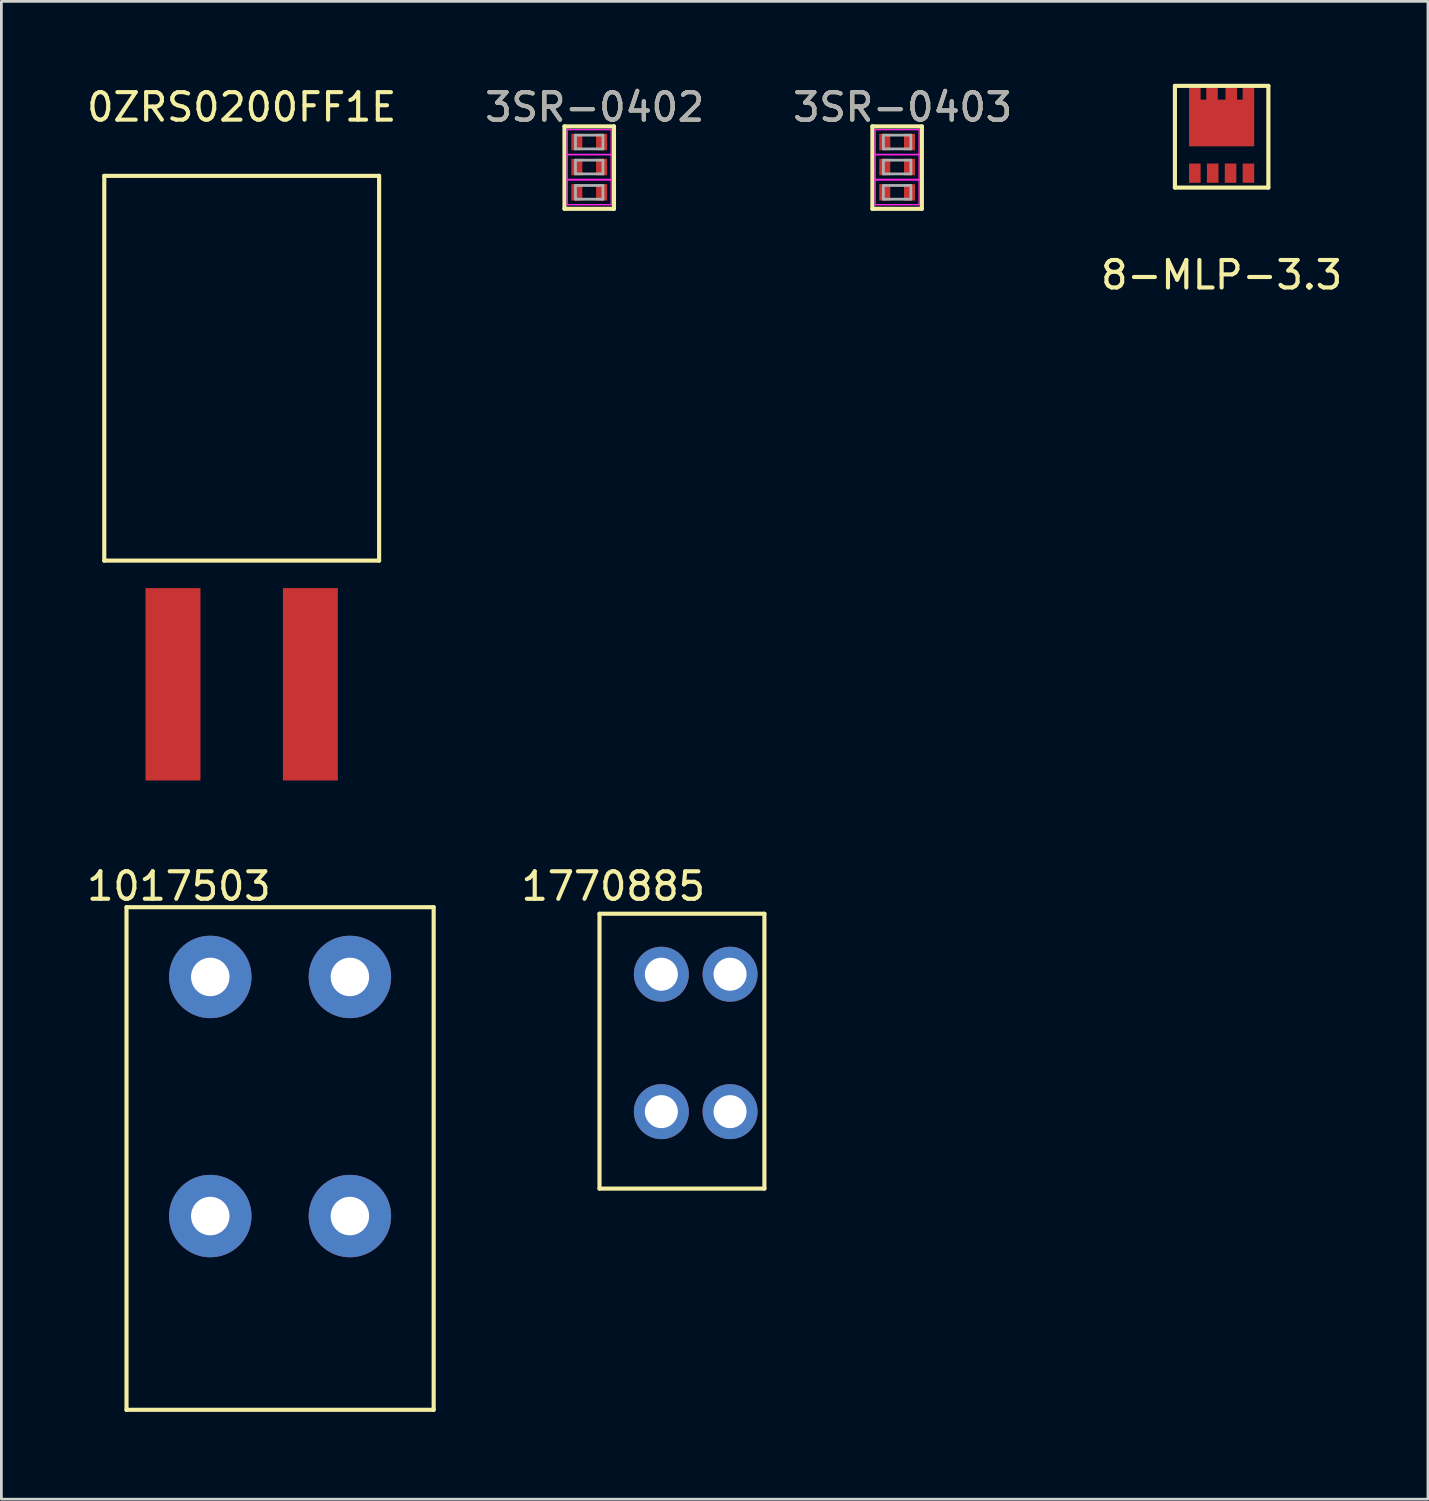
<source format=kicad_pcb>
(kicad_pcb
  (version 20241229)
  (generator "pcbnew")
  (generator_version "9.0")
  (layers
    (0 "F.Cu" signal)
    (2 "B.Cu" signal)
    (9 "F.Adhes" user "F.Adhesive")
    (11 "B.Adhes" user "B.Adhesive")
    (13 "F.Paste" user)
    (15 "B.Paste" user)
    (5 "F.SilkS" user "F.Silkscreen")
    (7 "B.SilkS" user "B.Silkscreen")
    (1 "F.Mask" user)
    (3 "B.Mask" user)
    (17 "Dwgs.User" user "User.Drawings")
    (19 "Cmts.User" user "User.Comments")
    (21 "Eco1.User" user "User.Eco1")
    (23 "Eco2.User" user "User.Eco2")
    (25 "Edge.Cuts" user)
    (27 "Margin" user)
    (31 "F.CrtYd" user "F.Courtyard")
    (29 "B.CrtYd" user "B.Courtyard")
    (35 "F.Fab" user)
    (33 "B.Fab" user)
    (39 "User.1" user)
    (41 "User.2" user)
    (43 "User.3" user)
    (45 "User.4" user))
  (footprint "3SR-0402"
    (layer "F.Cu")
    (at 18.389 3.948)
    (property "Reference" "3SR-0402" (at 0.2 -3.1 0) (layer "F.SilkS") (effects (font (size 1 1) (thickness 0.15))))
    (attr smd)
    (fp_line (start -0.9 -2.4) (end 0.9 -2.4) (stroke (width 0.15) (type solid)) (layer "F.SilkS"))
    (fp_line (start -0.9 0.6) (end -0.9 -2.4) (stroke (width 0.15) (type solid)) (layer "F.SilkS"))
    (fp_line (start 0.9 -2.4) (end 0.9 0.6) (stroke (width 0.15) (type solid)) (layer "F.SilkS"))
    (fp_line (start 0.9 0.6) (end -0.9 0.6) (stroke (width 0.15) (type solid)) (layer "F.SilkS"))
    (fp_line (start -0.8 -2.28) (end -0.8 -1.38) (stroke (width 0.05) (type solid)) (layer "F.CrtYd"))
    (fp_line (start -0.8 -2.28) (end 0.8 -2.28) (stroke (width 0.05) (type solid)) (layer "F.CrtYd"))
    (fp_line (start -0.8 -1.37) (end -0.8 -0.47) (stroke (width 0.05) (type solid)) (layer "F.CrtYd"))
    (fp_line (start -0.8 -1.37) (end 0.8 -1.37) (stroke (width 0.05) (type solid)) (layer "F.CrtYd"))
    (fp_line (start -0.8 -0.45) (end -0.8 0.45) (stroke (width 0.05) (type solid)) (layer "F.CrtYd"))
    (fp_line (start -0.8 -0.45) (end 0.8 -0.45) (stroke (width 0.05) (type solid)) (layer "F.CrtYd"))
    (fp_line (start 0.8 -1.38) (end -0.8 -1.38) (stroke (width 0.05) (type solid)) (layer "F.CrtYd"))
    (fp_line (start 0.8 -1.38) (end 0.8 -2.28) (stroke (width 0.05) (type solid)) (layer "F.CrtYd"))
    (fp_line (start 0.8 -0.47) (end -0.8 -0.47) (stroke (width 0.05) (type solid)) (layer "F.CrtYd"))
    (fp_line (start 0.8 -0.47) (end 0.8 -1.37) (stroke (width 0.05) (type solid)) (layer "F.CrtYd"))
    (fp_line (start 0.8 0.45) (end -0.8 0.45) (stroke (width 0.05) (type solid)) (layer "F.CrtYd"))
    (fp_line (start 0.8 0.45) (end 0.8 -0.45) (stroke (width 0.05) (type solid)) (layer "F.CrtYd"))
    (fp_line (start -0.5 -2.08) (end 0.5 -2.08) (stroke (width 0.1) (type solid)) (layer "F.Fab"))
    (fp_line (start -0.5 -1.58) (end -0.5 -2.08) (stroke (width 0.1) (type solid)) (layer "F.Fab"))
    (fp_line (start -0.5 -1.17) (end 0.5 -1.17) (stroke (width 0.1) (type solid)) (layer "F.Fab"))
    (fp_line (start -0.5 -0.67) (end -0.5 -1.17) (stroke (width 0.1) (type solid)) (layer "F.Fab"))
    (fp_line (start -0.5 -0.25) (end 0.5 -0.25) (stroke (width 0.1) (type solid)) (layer "F.Fab"))
    (fp_line (start -0.5 0.25) (end -0.5 -0.25) (stroke (width 0.1) (type solid)) (layer "F.Fab"))
    (fp_line (start 0.5 -2.08) (end 0.5 -1.58) (stroke (width 0.1) (type solid)) (layer "F.Fab"))
    (fp_line (start 0.5 -1.58) (end -0.5 -1.58) (stroke (width 0.1) (type solid)) (layer "F.Fab"))
    (fp_line (start 0.5 -1.17) (end 0.5 -0.67) (stroke (width 0.1) (type solid)) (layer "F.Fab"))
    (fp_line (start 0.5 -0.67) (end -0.5 -0.67) (stroke (width 0.1) (type solid)) (layer "F.Fab"))
    (fp_line (start 0.5 -0.25) (end 0.5 0.25) (stroke (width 0.1) (type solid)) (layer "F.Fab"))
    (fp_line (start 0.5 0.25) (end -0.5 0.25) (stroke (width 0.1) (type solid)) (layer "F.Fab"))
    (fp_text user "${REFERENCE}" (at 0.2 -3.1 0) (layer "F.Fab") (effects (font (size 1 1) (thickness 0.15))))
    (pad "1" smd rect (at -0.45 -1.83) (size 0.4 0.6) (layers "F.Cu" "F.Mask" "F.Paste"))
    (pad "2" smd rect (at -0.45 -0.92) (size 0.4 0.6) (layers "F.Cu" "F.Mask" "F.Paste"))
    (pad "3" smd rect (at -0.45 0) (size 0.4 0.6) (layers "F.Cu" "F.Mask" "F.Paste"))
    (pad "4" smd rect (at 0.45 0) (size 0.4 0.6) (layers "F.Cu" "F.Mask" "F.Paste"))
    (pad "5" smd rect (at 0.45 -0.92) (size 0.4 0.6) (layers "F.Cu" "F.Mask" "F.Paste"))
    (pad "6" smd rect (at 0.45 -1.83) (size 0.4 0.6) (layers "F.Cu" "F.Mask" "F.Paste")))
  (footprint "0ZRS0200FF1E"
    (layer "F.Cu")
    (at 5.744 10.348)
    (property "Reference" "0ZRS0200FF1E" (at 0 -9.5 0) (layer "F.SilkS") (effects (font (size 1 1) (thickness 0.15))))
    (attr through_hole)
    (fp_line (start -5 -7) (end 5 -7) (stroke (width 0.15) (type solid)) (layer "F.SilkS"))
    (fp_line (start -5 7) (end -5 -7) (stroke (width 0.15) (type solid)) (layer "F.SilkS"))
    (fp_line (start 5 -7) (end 5 7) (stroke (width 0.15) (type solid)) (layer "F.SilkS"))
    (fp_line (start 5 7) (end -5 7) (stroke (width 0.15) (type solid)) (layer "F.SilkS"))
    (pad "1" smd rect (at 2.5 11.5) (size 2 7) (layers "F.Cu" "F.Mask" "F.Paste"))
    (pad "2" smd rect (at -2.5 11.5) (size 2 7) (layers "F.Cu" "F.Mask" "F.Paste")))
  (footprint "1770885"
    (layer "F.Cu")
    (at 22.263 40.197)
    (property "Reference" "1770885" (at -3 -11 0) (layer "F.SilkS") (effects (font (size 1 1) (thickness 0.15))))
    (attr through_hole)
    (fp_line (start -3.5 -10) (end 2.5 -10) (stroke (width 0.15) (type solid)) (layer "F.SilkS"))
    (fp_line (start -3.5 0) (end -3.5 -10) (stroke (width 0.15) (type solid)) (layer "F.SilkS"))
    (fp_line (start 2.5 -10) (end 2.5 0) (stroke (width 0.15) (type solid)) (layer "F.SilkS"))
    (fp_line (start 2.5 0) (end -3.5 0) (stroke (width 0.15) (type solid)) (layer "F.SilkS"))
    (pad "1" thru_hole circle (at -1.25 -7.8) (size 2 2) (drill 1.2) (layers "*.Cu" "*.Mask"))
    (pad "1" thru_hole circle (at -1.25 -2.8) (size 2 2) (drill 1.2) (layers "*.Cu" "*.Mask"))
    (pad "2" thru_hole circle (at 1.25 -7.8) (size 2 2) (drill 1.2) (layers "*.Cu" "*.Mask"))
    (pad "2" thru_hole circle (at 1.25 -2.8) (size 2 2) (drill 1.2) (layers "*.Cu" "*.Mask")))
  (footprint "8-MLP-3.3"
    (layer "F.Cu")
    (at 41.399 1.875)
    (property "Reference" "8-MLP-3.3" (at 0 5.08 0) (layer "F.SilkS") (effects (font (size 1 1) (thickness 0.15))))
    (attr through_hole)
    (fp_line (start -1.7 -1.8) (end 1.7 -1.8) (stroke (width 0.15) (type solid)) (layer "F.SilkS"))
    (fp_line (start -1.7 1.9) (end -1.7 -1.8) (stroke (width 0.15) (type solid)) (layer "F.SilkS"))
    (fp_line (start 1.7 -1.8) (end 1.7 1.9) (stroke (width 0.15) (type solid)) (layer "F.SilkS"))
    (fp_line (start 1.7 1.9) (end -1.7 1.9) (stroke (width 0.15) (type solid)) (layer "F.SilkS"))
    (pad "1" smd rect (at -0.975 1.375) (size 0.42 0.7) (layers "F.Cu" "F.Mask" "F.Paste"))
    (pad "2" smd rect (at -0.325 1.375) (size 0.42 0.7) (layers "F.Cu" "F.Mask" "F.Paste"))
    (pad "3" smd rect (at 0.325 1.375) (size 0.42 0.7) (layers "F.Cu" "F.Mask" "F.Paste"))
    (pad "4" smd rect (at 0.975 1.375) (size 0.42 0.7) (layers "F.Cu" "F.Mask" "F.Paste"))
    (pad "5" smd rect (at -0.975 -1.5) (size 0.42 0.45) (layers "F.Cu" "F.Mask" "F.Paste"))
    (pad "5" smd rect (at -0.35 -1.5) (size 0.42 0.45) (layers "F.Cu" "F.Mask" "F.Paste"))
    (pad "5" smd rect (at 0 -0.45) (size 2.37 1.7) (layers "F.Cu" "F.Mask" "F.Paste"))
    (pad "5" smd rect (at 0.35 -1.5) (size 0.42 0.45) (layers "F.Cu" "F.Mask" "F.Paste"))
    (pad "5" smd rect (at 0.975 -1.5) (size 0.42 0.45) (layers "F.Cu" "F.Mask" "F.Paste")))
  (footprint "3SR-0403"
    (layer "F.Cu")
    (at 29.592 3.948)
    (property "Reference" "3SR-0403" (at 0.2 -3.1 0) (layer "F.SilkS") (effects (font (size 1 1) (thickness 0.15))))
    (attr smd)
    (fp_line (start -0.9 -2.4) (end 0.9 -2.4) (stroke (width 0.15) (type solid)) (layer "F.SilkS"))
    (fp_line (start -0.9 0.6) (end -0.9 -2.4) (stroke (width 0.15) (type solid)) (layer "F.SilkS"))
    (fp_line (start 0.9 -2.4) (end 0.9 0.6) (stroke (width 0.15) (type solid)) (layer "F.SilkS"))
    (fp_line (start 0.9 0.6) (end -0.9 0.6) (stroke (width 0.15) (type solid)) (layer "F.SilkS"))
    (fp_line (start -0.8 -2.28) (end -0.8 -1.38) (stroke (width 0.05) (type solid)) (layer "F.CrtYd"))
    (fp_line (start -0.8 -2.28) (end 0.8 -2.28) (stroke (width 0.05) (type solid)) (layer "F.CrtYd"))
    (fp_line (start -0.8 -1.37) (end -0.8 -0.47) (stroke (width 0.05) (type solid)) (layer "F.CrtYd"))
    (fp_line (start -0.8 -1.37) (end 0.8 -1.37) (stroke (width 0.05) (type solid)) (layer "F.CrtYd"))
    (fp_line (start -0.8 -0.45) (end -0.8 0.45) (stroke (width 0.05) (type solid)) (layer "F.CrtYd"))
    (fp_line (start -0.8 -0.45) (end 0.8 -0.45) (stroke (width 0.05) (type solid)) (layer "F.CrtYd"))
    (fp_line (start 0.8 -1.38) (end -0.8 -1.38) (stroke (width 0.05) (type solid)) (layer "F.CrtYd"))
    (fp_line (start 0.8 -1.38) (end 0.8 -2.28) (stroke (width 0.05) (type solid)) (layer "F.CrtYd"))
    (fp_line (start 0.8 -0.47) (end -0.8 -0.47) (stroke (width 0.05) (type solid)) (layer "F.CrtYd"))
    (fp_line (start 0.8 -0.47) (end 0.8 -1.37) (stroke (width 0.05) (type solid)) (layer "F.CrtYd"))
    (fp_line (start 0.8 0.45) (end -0.8 0.45) (stroke (width 0.05) (type solid)) (layer "F.CrtYd"))
    (fp_line (start 0.8 0.45) (end 0.8 -0.45) (stroke (width 0.05) (type solid)) (layer "F.CrtYd"))
    (fp_line (start -0.5 -2.08) (end 0.5 -2.08) (stroke (width 0.1) (type solid)) (layer "F.Fab"))
    (fp_line (start -0.5 -1.58) (end -0.5 -2.08) (stroke (width 0.1) (type solid)) (layer "F.Fab"))
    (fp_line (start -0.5 -1.17) (end 0.5 -1.17) (stroke (width 0.1) (type solid)) (layer "F.Fab"))
    (fp_line (start -0.5 -0.67) (end -0.5 -1.17) (stroke (width 0.1) (type solid)) (layer "F.Fab"))
    (fp_line (start -0.5 -0.25) (end 0.5 -0.25) (stroke (width 0.1) (type solid)) (layer "F.Fab"))
    (fp_line (start -0.5 0.25) (end -0.5 -0.25) (stroke (width 0.1) (type solid)) (layer "F.Fab"))
    (fp_line (start 0.5 -2.08) (end 0.5 -1.58) (stroke (width 0.1) (type solid)) (layer "F.Fab"))
    (fp_line (start 0.5 -1.58) (end -0.5 -1.58) (stroke (width 0.1) (type solid)) (layer "F.Fab"))
    (fp_line (start 0.5 -1.17) (end 0.5 -0.67) (stroke (width 0.1) (type solid)) (layer "F.Fab"))
    (fp_line (start 0.5 -0.67) (end -0.5 -0.67) (stroke (width 0.1) (type solid)) (layer "F.Fab"))
    (fp_line (start 0.5 -0.25) (end 0.5 0.25) (stroke (width 0.1) (type solid)) (layer "F.Fab"))
    (fp_line (start 0.5 0.25) (end -0.5 0.25) (stroke (width 0.1) (type solid)) (layer "F.Fab"))
    (fp_text user "${REFERENCE}" (at 0.2 -3.1 0) (layer "F.Fab") (effects (font (size 1 1) (thickness 0.15))))
    (pad "1" smd rect (at -0.45 -1.83) (size 0.4 0.6) (layers "F.Cu" "F.Mask" "F.Paste"))
    (pad "1" smd rect (at -0.45 -0.92) (size 0.4 0.6) (layers "F.Cu" "F.Mask" "F.Paste"))
    (pad "1" smd rect (at -0.45 0) (size 0.4 0.6) (layers "F.Cu" "F.Mask" "F.Paste"))
    (pad "2" smd rect (at 0.45 -1.83) (size 0.4 0.6) (layers "F.Cu" "F.Mask" "F.Paste"))
    (pad "2" smd rect (at 0.45 -0.92) (size 0.4 0.6) (layers "F.Cu" "F.Mask" "F.Paste"))
    (pad "2" smd rect (at 0.45 0) (size 0.4 0.6) (layers "F.Cu" "F.Mask" "F.Paste")))
  (footprint "1017503"
    (layer "F.Cu")
    (at 7.141 48.246)
    (property "Reference" "1017503" (at -3.683 -19.05 0) (layer "F.SilkS") (effects (font (size 1 1) (thickness 0.15))))
    (attr through_hole)
    (fp_line (start -5.588 -18.288) (end 5.588 -18.288) (stroke (width 0.15) (type solid)) (layer "F.SilkS"))
    (fp_line (start -5.588 0) (end -5.588 -18.288) (stroke (width 0.15) (type solid)) (layer "F.SilkS"))
    (fp_line (start 5.588 -18.288) (end 5.588 0) (stroke (width 0.15) (type solid)) (layer "F.SilkS"))
    (fp_line (start 5.588 0) (end -5.588 0) (stroke (width 0.15) (type solid)) (layer "F.SilkS"))
    (pad "1" thru_hole circle (at -2.54 -15.75) (size 3 3) (drill 1.4) (layers "*.Cu" "*.Mask"))
    (pad "1" thru_hole circle (at -2.54 -7.05) (size 3 3) (drill 1.4) (layers "*.Cu" "*.Mask"))
    (pad "2" thru_hole circle (at 2.54 -15.75) (size 3 3) (drill 1.4) (layers "*.Cu" "*.Mask"))
    (pad "2" thru_hole circle (at 2.54 -7.05) (size 3 3) (drill 1.4) (layers "*.Cu" "*.Mask")))
  (gr_rect
    (start -3 -3)
    (end 48.905 51.496)
    (stroke (width 0.1) (type default))
    (fill no)
    (layer "Edge.Cuts")))
</source>
